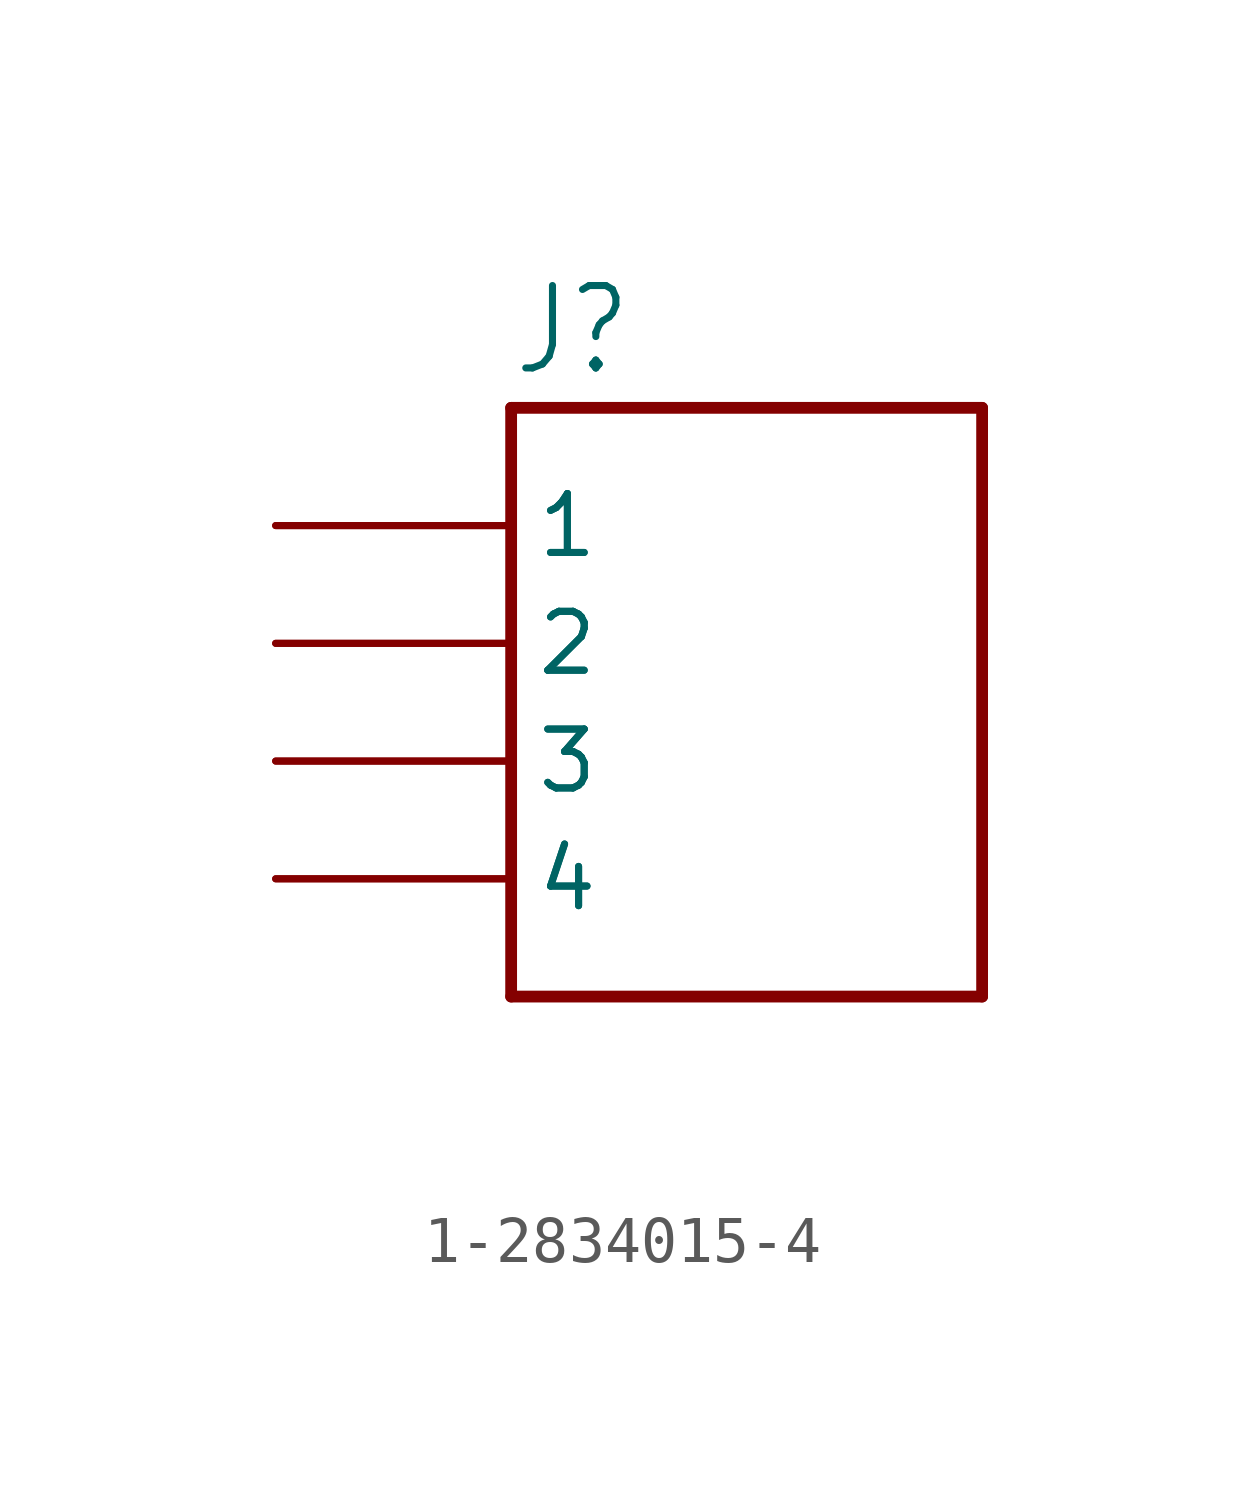
<source format=kicad_sym>
(kicad_symbol_lib
  (version 20220914)
  (generator kicad_symbol_editor)
  (symbol "1-2834015-4"
    (property "Reference" "J"
      (at -5.08 8.255 0)
      (effects (font (size 1.778 1.511)) (justify left bottom)))
    (property "Value" ""
      (at -5.08 -7.62 0)
      (effects (font (size 1.778 1.511)) (justify left bottom)))
    (property "ki_locked" ""
      (at 0 0 0)
      (effects (font (size 1.27 1.27))))
    (symbol "1-2834015-4_1_0"
      (polyline (pts (xy -5.08 -5.08) (xy -5.08 7.62)) (stroke (width 0.254) (type solid)) (fill (type none)))
      (polyline (pts (xy -5.08 7.62) (xy 5.08 7.62)) (stroke (width 0.254) (type solid)) (fill (type none)))
      (polyline (pts (xy 5.08 -5.08) (xy -5.08 -5.08)) (stroke (width 0.254) (type solid)) (fill (type none)))
      (polyline (pts (xy 5.08 7.62) (xy 5.08 -5.08)) (stroke (width 0.254) (type solid)) (fill (type none)))
      (pin passive line (at -10.16 5.08 0) (length 5.08) (name "1" (effects (font (size 1.27 1.27)))) (number "1_1" (effects (font (size 0 0)))))
      (pin passive line (at -10.16 5.08 0) (length 5.08) (name "1" (effects (font (size 1.27 1.27)))) (number "1_2" (effects (font (size 0 0)))))
      (pin passive line (at -10.16 2.54 0) (length 5.08) (name "2" (effects (font (size 1.27 1.27)))) (number "2_1" (effects (font (size 0 0)))))
      (pin passive line (at -10.16 2.54 0) (length 5.08) (name "2" (effects (font (size 1.27 1.27)))) (number "2_2" (effects (font (size 0 0)))))
      (pin passive line (at -10.16 0 0) (length 5.08) (name "3" (effects (font (size 1.27 1.27)))) (number "3_1" (effects (font (size 0 0)))))
      (pin passive line (at -10.16 0 0) (length 5.08) (name "3" (effects (font (size 1.27 1.27)))) (number "3_2" (effects (font (size 0 0)))))
      (pin passive line (at -10.16 -2.54 0) (length 5.08) (name "4" (effects (font (size 1.27 1.27)))) (number "4_1" (effects (font (size 0 0)))))
      (pin passive line (at -10.16 -2.54 0) (length 5.08) (name "4" (effects (font (size 1.27 1.27)))) (number "4_2" (effects (font (size 0 0))))))))
</source>
